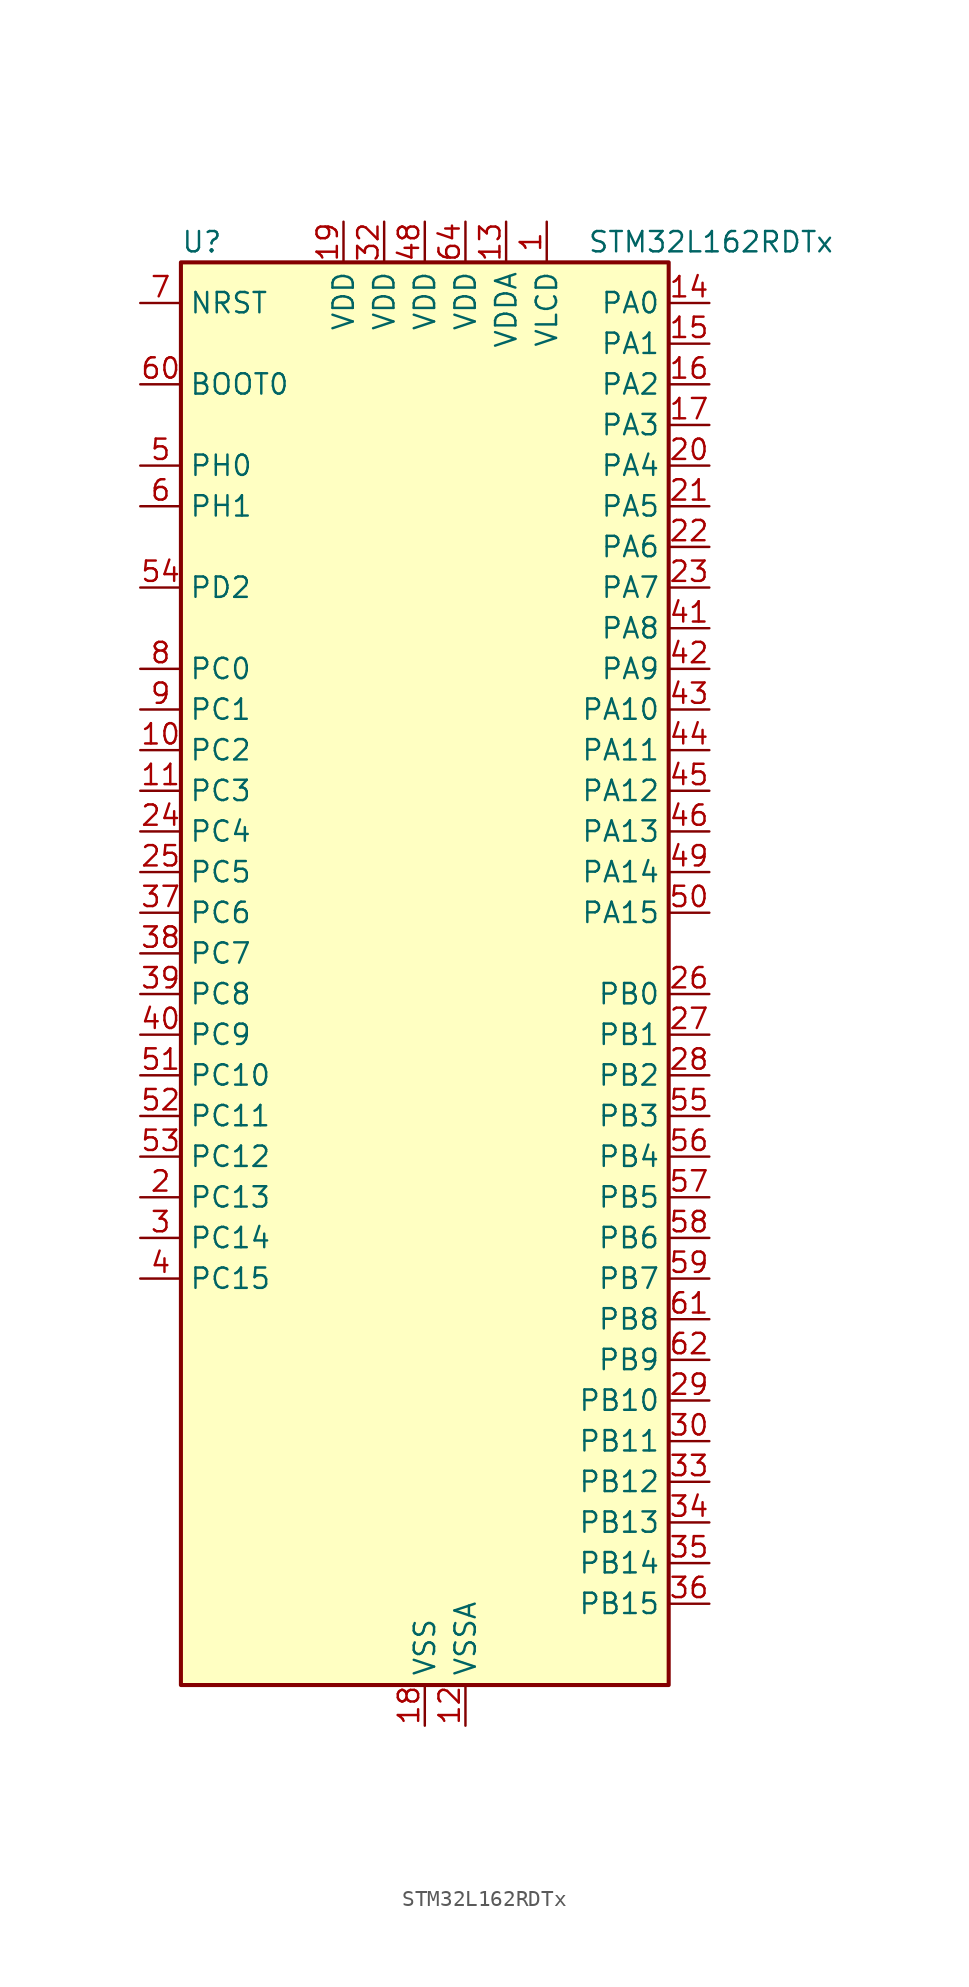
<source format=kicad_sym>
(kicad_symbol_lib
  (version 20231120)
  (generator "kicad_symbol_editor")
  (generator_version "8.0")
  (symbol "STM32L162RDTx"
    (property "Reference" "U"
      (at -15.24 46.99 0)
      (effects (font (size 1.27 1.27)) (justify left)))
    (property "Value" "STM32L162RDTx"
      (at 10.16 46.99 0)
      (effects (font (size 1.27 1.27)) (justify left)))
    (property "ki_locked" ""
      (at 0 0 0)
      (effects (font (size 1.27 1.27))))
    (symbol "STM32L162RDTx_0_1"
      (rectangle (start -15.24 -43.18) (end 15.24 45.72) (stroke (width 0.254) (type default)) (fill (type background))))
    (symbol "STM32L162RDTx_1_1"
      (pin power_in line (at 7.62 48.26 270) (length 2.54) (name "VLCD" (effects (font (size 1.27 1.27)))) (number "1" (effects (font (size 1.27 1.27)))))
      (pin bidirectional line (at -17.78 15.24 0) (length 2.54) (name "PC2" (effects (font (size 1.27 1.27)))) (number "10" (effects (font (size 1.27 1.27)))) (alternate "ADC_IN12" bidirectional line) (alternate "COMP1_INP" bidirectional line) (alternate "LCD_SEG20" bidirectional line) (alternate "OPAMP3_VINM" bidirectional line) (alternate "TIMX_IC3" bidirectional line) (alternate "TS_G8_IO3" bidirectional line))
      (pin bidirectional line (at -17.78 12.7 0) (length 2.54) (name "PC3" (effects (font (size 1.27 1.27)))) (number "11" (effects (font (size 1.27 1.27)))) (alternate "ADC_IN13" bidirectional line) (alternate "COMP1_INP" bidirectional line) (alternate "LCD_SEG21" bidirectional line) (alternate "OPAMP3_VOUT" bidirectional line) (alternate "TIMX_IC4" bidirectional line) (alternate "TS_G8_IO4" bidirectional line))
      (pin power_in line (at 2.54 -45.72 90) (length 2.54) (name "VSSA" (effects (font (size 1.27 1.27)))) (number "12" (effects (font (size 1.27 1.27)))))
      (pin power_in line (at 5.08 48.26 270) (length 2.54) (name "VDDA" (effects (font (size 1.27 1.27)))) (number "13" (effects (font (size 1.27 1.27)))))
      (pin bidirectional line (at 17.78 43.18 180) (length 2.54) (name "PA0" (effects (font (size 1.27 1.27)))) (number "14" (effects (font (size 1.27 1.27)))) (alternate "ADC_IN0" bidirectional line) (alternate "COMP1_INP" bidirectional line) (alternate "RTC_TAMP2" bidirectional line) (alternate "SYS_WKUP1" bidirectional line) (alternate "TIM2_CH1" bidirectional line) (alternate "TIM2_ETR" bidirectional line) (alternate "TIM5_CH1" bidirectional line) (alternate "TIMX_IC1" bidirectional line) (alternate "TS_G1_IO1" bidirectional line) (alternate "USART2_CTS" bidirectional line))
      (pin bidirectional line (at 17.78 40.64 180) (length 2.54) (name "PA1" (effects (font (size 1.27 1.27)))) (number "15" (effects (font (size 1.27 1.27)))) (alternate "ADC_IN1" bidirectional line) (alternate "COMP1_INP" bidirectional line) (alternate "LCD_SEG0" bidirectional line) (alternate "OPAMP1_VINP" bidirectional line) (alternate "TIM2_CH2" bidirectional line) (alternate "TIM5_CH2" bidirectional line) (alternate "TIMX_IC2" bidirectional line) (alternate "TS_G1_IO2" bidirectional line) (alternate "USART2_RTS" bidirectional line))
      (pin bidirectional line (at 17.78 38.1 180) (length 2.54) (name "PA2" (effects (font (size 1.27 1.27)))) (number "16" (effects (font (size 1.27 1.27)))) (alternate "ADC_IN2" bidirectional line) (alternate "COMP1_INP" bidirectional line) (alternate "LCD_SEG1" bidirectional line) (alternate "OPAMP1_VINM" bidirectional line) (alternate "TIM2_CH3" bidirectional line) (alternate "TIM5_CH3" bidirectional line) (alternate "TIM9_CH1" bidirectional line) (alternate "TIMX_IC3" bidirectional line) (alternate "TS_G1_IO3" bidirectional line) (alternate "USART2_TX" bidirectional line))
      (pin bidirectional line (at 17.78 35.56 180) (length 2.54) (name "PA3" (effects (font (size 1.27 1.27)))) (number "17" (effects (font (size 1.27 1.27)))) (alternate "ADC_IN3" bidirectional line) (alternate "COMP1_INP" bidirectional line) (alternate "LCD_SEG2" bidirectional line) (alternate "OPAMP1_VOUT" bidirectional line) (alternate "TIM2_CH4" bidirectional line) (alternate "TIM5_CH4" bidirectional line) (alternate "TIM9_CH2" bidirectional line) (alternate "TIMX_IC4" bidirectional line) (alternate "TS_G1_IO4" bidirectional line) (alternate "USART2_RX" bidirectional line))
      (pin power_in line (at 0 -45.72 90) (length 2.54) (name "VSS" (effects (font (size 1.27 1.27)))) (number "18" (effects (font (size 1.27 1.27)))))
      (pin power_in line (at -5.08 48.26 270) (length 2.54) (name "VDD" (effects (font (size 1.27 1.27)))) (number "19" (effects (font (size 1.27 1.27)))))
      (pin bidirectional line (at -17.78 -12.7 0) (length 2.54) (name "PC13" (effects (font (size 1.27 1.27)))) (number "2" (effects (font (size 1.27 1.27)))) (alternate "RTC_OUT_ALARM" bidirectional line) (alternate "RTC_OUT_CALIB" bidirectional line) (alternate "RTC_TAMP1" bidirectional line) (alternate "RTC_TS" bidirectional line) (alternate "SYS_WKUP2" bidirectional line) (alternate "TIMX_IC2" bidirectional line))
      (pin bidirectional line (at 17.78 33.02 180) (length 2.54) (name "PA4" (effects (font (size 1.27 1.27)))) (number "20" (effects (font (size 1.27 1.27)))) (alternate "ADC_IN4" bidirectional line) (alternate "COMP1_INP" bidirectional line) (alternate "DAC_OUT1" bidirectional line) (alternate "I2S3_WS" bidirectional line) (alternate "SPI1_NSS" bidirectional line) (alternate "SPI3_NSS" bidirectional line) (alternate "TIMX_IC1" bidirectional line) (alternate "USART2_CK" bidirectional line))
      (pin bidirectional line (at 17.78 30.48 180) (length 2.54) (name "PA5" (effects (font (size 1.27 1.27)))) (number "21" (effects (font (size 1.27 1.27)))) (alternate "ADC_IN5" bidirectional line) (alternate "COMP1_INP" bidirectional line) (alternate "DAC_OUT2" bidirectional line) (alternate "SPI1_SCK" bidirectional line) (alternate "TIM2_CH1" bidirectional line) (alternate "TIM2_ETR" bidirectional line) (alternate "TIMX_IC2" bidirectional line))
      (pin bidirectional line (at 17.78 27.94 180) (length 2.54) (name "PA6" (effects (font (size 1.27 1.27)))) (number "22" (effects (font (size 1.27 1.27)))) (alternate "ADC_IN6" bidirectional line) (alternate "COMP1_INP" bidirectional line) (alternate "LCD_SEG3" bidirectional line) (alternate "OPAMP2_VINP" bidirectional line) (alternate "SPI1_MISO" bidirectional line) (alternate "TIM10_CH1" bidirectional line) (alternate "TIM3_CH1" bidirectional line) (alternate "TIMX_IC3" bidirectional line) (alternate "TS_G2_IO1" bidirectional line))
      (pin bidirectional line (at 17.78 25.4 180) (length 2.54) (name "PA7" (effects (font (size 1.27 1.27)))) (number "23" (effects (font (size 1.27 1.27)))) (alternate "ADC_IN7" bidirectional line) (alternate "COMP1_INP" bidirectional line) (alternate "LCD_SEG4" bidirectional line) (alternate "OPAMP2_VINM" bidirectional line) (alternate "SPI1_MOSI" bidirectional line) (alternate "TIM11_CH1" bidirectional line) (alternate "TIM3_CH2" bidirectional line) (alternate "TIMX_IC4" bidirectional line) (alternate "TS_G2_IO2" bidirectional line))
      (pin bidirectional line (at -17.78 10.16 0) (length 2.54) (name "PC4" (effects (font (size 1.27 1.27)))) (number "24" (effects (font (size 1.27 1.27)))) (alternate "ADC_IN14" bidirectional line) (alternate "COMP1_INP" bidirectional line) (alternate "LCD_SEG22" bidirectional line) (alternate "TIMX_IC1" bidirectional line) (alternate "TS_G9_IO1" bidirectional line))
      (pin bidirectional line (at -17.78 7.62 0) (length 2.54) (name "PC5" (effects (font (size 1.27 1.27)))) (number "25" (effects (font (size 1.27 1.27)))) (alternate "ADC_IN15" bidirectional line) (alternate "COMP1_INP" bidirectional line) (alternate "LCD_SEG23" bidirectional line) (alternate "TIMX_IC2" bidirectional line) (alternate "TS_G9_IO2" bidirectional line))
      (pin bidirectional line (at 17.78 0 180) (length 2.54) (name "PB0" (effects (font (size 1.27 1.27)))) (number "26" (effects (font (size 1.27 1.27)))) (alternate "ADC_IN8" bidirectional line) (alternate "COMP1_INP" bidirectional line) (alternate "LCD_SEG5" bidirectional line) (alternate "OPAMP2_VOUT" bidirectional line) (alternate "SYS_V_REF_OUT" bidirectional line) (alternate "TIM3_CH3" bidirectional line) (alternate "TS_G3_IO1" bidirectional line))
      (pin bidirectional line (at 17.78 -2.54 180) (length 2.54) (name "PB1" (effects (font (size 1.27 1.27)))) (number "27" (effects (font (size 1.27 1.27)))) (alternate "ADC_IN9" bidirectional line) (alternate "COMP1_INP" bidirectional line) (alternate "LCD_SEG6" bidirectional line) (alternate "SYS_V_REF_OUT" bidirectional line) (alternate "TIM3_CH4" bidirectional line) (alternate "TS_G3_IO2" bidirectional line))
      (pin bidirectional line (at 17.78 -5.08 180) (length 2.54) (name "PB2" (effects (font (size 1.27 1.27)))) (number "28" (effects (font (size 1.27 1.27)))) (alternate "TS_G3_IO3" bidirectional line))
      (pin bidirectional line (at 17.78 -25.4 180) (length 2.54) (name "PB10" (effects (font (size 1.27 1.27)))) (number "29" (effects (font (size 1.27 1.27)))) (alternate "I2C2_SCL" bidirectional line) (alternate "LCD_SEG10" bidirectional line) (alternate "TIM2_CH3" bidirectional line) (alternate "USART3_TX" bidirectional line))
      (pin bidirectional line (at -17.78 -15.24 0) (length 2.54) (name "PC14" (effects (font (size 1.27 1.27)))) (number "3" (effects (font (size 1.27 1.27)))) (alternate "RCC_OSC32_IN" bidirectional line) (alternate "TIMX_IC3" bidirectional line))
      (pin bidirectional line (at 17.78 -27.94 180) (length 2.54) (name "PB11" (effects (font (size 1.27 1.27)))) (number "30" (effects (font (size 1.27 1.27)))) (alternate "ADC_EXTI11" bidirectional line) (alternate "I2C2_SDA" bidirectional line) (alternate "LCD_SEG11" bidirectional line) (alternate "TIM2_CH4" bidirectional line) (alternate "USART3_RX" bidirectional line))
      (pin passive line (at 0 -45.72 90) (length 2.54) hide (name "VSS" (effects (font (size 1.27 1.27)))) (number "31" (effects (font (size 1.27 1.27)))))
      (pin power_in line (at -2.54 48.26 270) (length 2.54) (name "VDD" (effects (font (size 1.27 1.27)))) (number "32" (effects (font (size 1.27 1.27)))))
      (pin bidirectional line (at 17.78 -30.48 180) (length 2.54) (name "PB12" (effects (font (size 1.27 1.27)))) (number "33" (effects (font (size 1.27 1.27)))) (alternate "ADC_IN18" bidirectional line) (alternate "COMP1_INP" bidirectional line) (alternate "I2C2_SMBA" bidirectional line) (alternate "I2S2_WS" bidirectional line) (alternate "LCD_SEG12" bidirectional line) (alternate "SPI2_NSS" bidirectional line) (alternate "TIM10_CH1" bidirectional line) (alternate "TS_G7_IO1" bidirectional line) (alternate "USART3_CK" bidirectional line))
      (pin bidirectional line (at 17.78 -33.02 180) (length 2.54) (name "PB13" (effects (font (size 1.27 1.27)))) (number "34" (effects (font (size 1.27 1.27)))) (alternate "ADC_IN19" bidirectional line) (alternate "COMP1_INP" bidirectional line) (alternate "I2S2_CK" bidirectional line) (alternate "LCD_SEG13" bidirectional line) (alternate "SPI2_SCK" bidirectional line) (alternate "TIM9_CH1" bidirectional line) (alternate "TS_G7_IO2" bidirectional line) (alternate "USART3_CTS" bidirectional line))
      (pin bidirectional line (at 17.78 -35.56 180) (length 2.54) (name "PB14" (effects (font (size 1.27 1.27)))) (number "35" (effects (font (size 1.27 1.27)))) (alternate "ADC_IN20" bidirectional line) (alternate "COMP1_INP" bidirectional line) (alternate "LCD_SEG14" bidirectional line) (alternate "SPI2_MISO" bidirectional line) (alternate "TIM9_CH2" bidirectional line) (alternate "TS_G7_IO3" bidirectional line) (alternate "USART3_RTS" bidirectional line))
      (pin bidirectional line (at 17.78 -38.1 180) (length 2.54) (name "PB15" (effects (font (size 1.27 1.27)))) (number "36" (effects (font (size 1.27 1.27)))) (alternate "ADC_EXTI15" bidirectional line) (alternate "ADC_IN21" bidirectional line) (alternate "COMP1_INP" bidirectional line) (alternate "I2S2_SD" bidirectional line) (alternate "LCD_SEG15" bidirectional line) (alternate "RTC_REFIN" bidirectional line) (alternate "SPI2_MOSI" bidirectional line) (alternate "TIM11_CH1" bidirectional line) (alternate "TS_G7_IO4" bidirectional line))
      (pin bidirectional line (at -17.78 5.08 0) (length 2.54) (name "PC6" (effects (font (size 1.27 1.27)))) (number "37" (effects (font (size 1.27 1.27)))) (alternate "I2S2_MCK" bidirectional line) (alternate "LCD_SEG24" bidirectional line) (alternate "SDIO_D6" bidirectional line) (alternate "TIM3_CH1" bidirectional line) (alternate "TIMX_IC3" bidirectional line) (alternate "TS_G10_IO1" bidirectional line))
      (pin bidirectional line (at -17.78 2.54 0) (length 2.54) (name "PC7" (effects (font (size 1.27 1.27)))) (number "38" (effects (font (size 1.27 1.27)))) (alternate "I2S3_MCK" bidirectional line) (alternate "LCD_SEG25" bidirectional line) (alternate "SDIO_D7" bidirectional line) (alternate "TIM3_CH2" bidirectional line) (alternate "TIMX_IC4" bidirectional line) (alternate "TS_G10_IO2" bidirectional line))
      (pin bidirectional line (at -17.78 0 0) (length 2.54) (name "PC8" (effects (font (size 1.27 1.27)))) (number "39" (effects (font (size 1.27 1.27)))) (alternate "LCD_SEG26" bidirectional line) (alternate "SDIO_D0" bidirectional line) (alternate "TIM3_CH3" bidirectional line) (alternate "TIMX_IC1" bidirectional line) (alternate "TS_G10_IO3" bidirectional line))
      (pin bidirectional line (at -17.78 -17.78 0) (length 2.54) (name "PC15" (effects (font (size 1.27 1.27)))) (number "4" (effects (font (size 1.27 1.27)))) (alternate "ADC_EXTI15" bidirectional line) (alternate "RCC_OSC32_OUT" bidirectional line) (alternate "TIMX_IC4" bidirectional line))
      (pin bidirectional line (at -17.78 -2.54 0) (length 2.54) (name "PC9" (effects (font (size 1.27 1.27)))) (number "40" (effects (font (size 1.27 1.27)))) (alternate "DAC_EXTI9" bidirectional line) (alternate "LCD_SEG27" bidirectional line) (alternate "SDIO_D1" bidirectional line) (alternate "TIM3_CH4" bidirectional line) (alternate "TIMX_IC2" bidirectional line) (alternate "TS_G10_IO4" bidirectional line))
      (pin bidirectional line (at 17.78 22.86 180) (length 2.54) (name "PA8" (effects (font (size 1.27 1.27)))) (number "41" (effects (font (size 1.27 1.27)))) (alternate "LCD_COM0" bidirectional line) (alternate "RCC_MCO" bidirectional line) (alternate "TIMX_IC1" bidirectional line) (alternate "TS_G4_IO1" bidirectional line) (alternate "USART1_CK" bidirectional line))
      (pin bidirectional line (at 17.78 20.32 180) (length 2.54) (name "PA9" (effects (font (size 1.27 1.27)))) (number "42" (effects (font (size 1.27 1.27)))) (alternate "DAC_EXTI9" bidirectional line) (alternate "LCD_COM1" bidirectional line) (alternate "TIMX_IC2" bidirectional line) (alternate "TS_G4_IO2" bidirectional line) (alternate "USART1_TX" bidirectional line))
      (pin bidirectional line (at 17.78 17.78 180) (length 2.54) (name "PA10" (effects (font (size 1.27 1.27)))) (number "43" (effects (font (size 1.27 1.27)))) (alternate "LCD_COM2" bidirectional line) (alternate "TIMX_IC3" bidirectional line) (alternate "TS_G4_IO3" bidirectional line) (alternate "USART1_RX" bidirectional line))
      (pin bidirectional line (at 17.78 15.24 180) (length 2.54) (name "PA11" (effects (font (size 1.27 1.27)))) (number "44" (effects (font (size 1.27 1.27)))) (alternate "ADC_EXTI11" bidirectional line) (alternate "SPI1_MISO" bidirectional line) (alternate "TIMX_IC4" bidirectional line) (alternate "USART1_CTS" bidirectional line) (alternate "USB_DM" bidirectional line))
      (pin bidirectional line (at 17.78 12.7 180) (length 2.54) (name "PA12" (effects (font (size 1.27 1.27)))) (number "45" (effects (font (size 1.27 1.27)))) (alternate "SPI1_MOSI" bidirectional line) (alternate "TIMX_IC1" bidirectional line) (alternate "USART1_RTS" bidirectional line) (alternate "USB_DP" bidirectional line))
      (pin bidirectional line (at 17.78 10.16 180) (length 2.54) (name "PA13" (effects (font (size 1.27 1.27)))) (number "46" (effects (font (size 1.27 1.27)))) (alternate "SYS_JTMS-SWDIO" bidirectional line) (alternate "TIMX_IC2" bidirectional line) (alternate "TS_G5_IO1" bidirectional line))
      (pin passive line (at 0 -45.72 90) (length 2.54) hide (name "VSS" (effects (font (size 1.27 1.27)))) (number "47" (effects (font (size 1.27 1.27)))))
      (pin power_in line (at 0 48.26 270) (length 2.54) (name "VDD" (effects (font (size 1.27 1.27)))) (number "48" (effects (font (size 1.27 1.27)))))
      (pin bidirectional line (at 17.78 7.62 180) (length 2.54) (name "PA14" (effects (font (size 1.27 1.27)))) (number "49" (effects (font (size 1.27 1.27)))) (alternate "SYS_JTCK-SWCLK" bidirectional line) (alternate "TIMX_IC3" bidirectional line) (alternate "TS_G5_IO2" bidirectional line))
      (pin bidirectional line (at -17.78 33.02 0) (length 2.54) (name "PH0" (effects (font (size 1.27 1.27)))) (number "5" (effects (font (size 1.27 1.27)))) (alternate "RCC_OSC_IN" bidirectional line))
      (pin bidirectional line (at 17.78 5.08 180) (length 2.54) (name "PA15" (effects (font (size 1.27 1.27)))) (number "50" (effects (font (size 1.27 1.27)))) (alternate "ADC_EXTI15" bidirectional line) (alternate "I2S3_WS" bidirectional line) (alternate "LCD_SEG17" bidirectional line) (alternate "SPI1_NSS" bidirectional line) (alternate "SPI3_NSS" bidirectional line) (alternate "SYS_JTDI" bidirectional line) (alternate "TIM2_CH1" bidirectional line) (alternate "TIM2_ETR" bidirectional line) (alternate "TIMX_IC4" bidirectional line) (alternate "TS_G5_IO3" bidirectional line))
      (pin bidirectional line (at -17.78 -5.08 0) (length 2.54) (name "PC10" (effects (font (size 1.27 1.27)))) (number "51" (effects (font (size 1.27 1.27)))) (alternate "I2S3_CK" bidirectional line) (alternate "LCD_COM4" bidirectional line) (alternate "LCD_SEG28" bidirectional line) (alternate "LCD_SEG40" bidirectional line) (alternate "SDIO_D2" bidirectional line) (alternate "SPI3_SCK" bidirectional line) (alternate "TIMX_IC3" bidirectional line) (alternate "UART4_TX" bidirectional line) (alternate "USART3_TX" bidirectional line))
      (pin bidirectional line (at -17.78 -7.62 0) (length 2.54) (name "PC11" (effects (font (size 1.27 1.27)))) (number "52" (effects (font (size 1.27 1.27)))) (alternate "ADC_EXTI11" bidirectional line) (alternate "LCD_COM5" bidirectional line) (alternate "LCD_SEG29" bidirectional line) (alternate "LCD_SEG41" bidirectional line) (alternate "SDIO_D3" bidirectional line) (alternate "SPI3_MISO" bidirectional line) (alternate "TIMX_IC4" bidirectional line) (alternate "UART4_RX" bidirectional line) (alternate "USART3_RX" bidirectional line))
      (pin bidirectional line (at -17.78 -10.16 0) (length 2.54) (name "PC12" (effects (font (size 1.27 1.27)))) (number "53" (effects (font (size 1.27 1.27)))) (alternate "I2S3_SD" bidirectional line) (alternate "LCD_COM6" bidirectional line) (alternate "LCD_SEG30" bidirectional line) (alternate "LCD_SEG42" bidirectional line) (alternate "SDIO_CK" bidirectional line) (alternate "SPI3_MOSI" bidirectional line) (alternate "TIMX_IC1" bidirectional line) (alternate "UART5_TX" bidirectional line) (alternate "USART3_CK" bidirectional line))
      (pin bidirectional line (at -17.78 25.4 0) (length 2.54) (name "PD2" (effects (font (size 1.27 1.27)))) (number "54" (effects (font (size 1.27 1.27)))) (alternate "LCD_COM7" bidirectional line) (alternate "LCD_SEG31" bidirectional line) (alternate "LCD_SEG43" bidirectional line) (alternate "SDIO_CMD" bidirectional line) (alternate "TIM3_ETR" bidirectional line) (alternate "TIMX_IC3" bidirectional line) (alternate "UART5_RX" bidirectional line))
      (pin bidirectional line (at 17.78 -7.62 180) (length 2.54) (name "PB3" (effects (font (size 1.27 1.27)))) (number "55" (effects (font (size 1.27 1.27)))) (alternate "COMP2_INM" bidirectional line) (alternate "I2S3_CK" bidirectional line) (alternate "LCD_SEG7" bidirectional line) (alternate "SPI1_SCK" bidirectional line) (alternate "SPI3_SCK" bidirectional line) (alternate "SYS_JTDO-TRACESWO" bidirectional line) (alternate "TIM2_CH2" bidirectional line))
      (pin bidirectional line (at 17.78 -10.16 180) (length 2.54) (name "PB4" (effects (font (size 1.27 1.27)))) (number "56" (effects (font (size 1.27 1.27)))) (alternate "COMP2_INP" bidirectional line) (alternate "LCD_SEG8" bidirectional line) (alternate "SPI1_MISO" bidirectional line) (alternate "SPI3_MISO" bidirectional line) (alternate "SYS_JTRST" bidirectional line) (alternate "TIM3_CH1" bidirectional line) (alternate "TS_G6_IO1" bidirectional line))
      (pin bidirectional line (at 17.78 -12.7 180) (length 2.54) (name "PB5" (effects (font (size 1.27 1.27)))) (number "57" (effects (font (size 1.27 1.27)))) (alternate "COMP2_INP" bidirectional line) (alternate "I2C1_SMBA" bidirectional line) (alternate "I2S3_SD" bidirectional line) (alternate "LCD_SEG9" bidirectional line) (alternate "SPI1_MOSI" bidirectional line) (alternate "SPI3_MOSI" bidirectional line) (alternate "TIM3_CH2" bidirectional line) (alternate "TS_G6_IO2" bidirectional line))
      (pin bidirectional line (at 17.78 -15.24 180) (length 2.54) (name "PB6" (effects (font (size 1.27 1.27)))) (number "58" (effects (font (size 1.27 1.27)))) (alternate "COMP2_INP" bidirectional line) (alternate "I2C1_SCL" bidirectional line) (alternate "TIM4_CH1" bidirectional line) (alternate "TS_G6_IO3" bidirectional line) (alternate "USART1_TX" bidirectional line))
      (pin bidirectional line (at 17.78 -17.78 180) (length 2.54) (name "PB7" (effects (font (size 1.27 1.27)))) (number "59" (effects (font (size 1.27 1.27)))) (alternate "COMP2_INP" bidirectional line) (alternate "I2C1_SDA" bidirectional line) (alternate "SYS_PVD_IN" bidirectional line) (alternate "TIM4_CH2" bidirectional line) (alternate "TS_G6_IO4" bidirectional line) (alternate "USART1_RX" bidirectional line))
      (pin bidirectional line (at -17.78 30.48 0) (length 2.54) (name "PH1" (effects (font (size 1.27 1.27)))) (number "6" (effects (font (size 1.27 1.27)))) (alternate "RCC_OSC_OUT" bidirectional line))
      (pin input line (at -17.78 38.1 0) (length 2.54) (name "BOOT0" (effects (font (size 1.27 1.27)))) (number "60" (effects (font (size 1.27 1.27)))))
      (pin bidirectional line (at 17.78 -20.32 180) (length 2.54) (name "PB8" (effects (font (size 1.27 1.27)))) (number "61" (effects (font (size 1.27 1.27)))) (alternate "I2C1_SCL" bidirectional line) (alternate "LCD_SEG16" bidirectional line) (alternate "SDIO_D4" bidirectional line) (alternate "TIM10_CH1" bidirectional line) (alternate "TIM4_CH3" bidirectional line))
      (pin bidirectional line (at 17.78 -22.86 180) (length 2.54) (name "PB9" (effects (font (size 1.27 1.27)))) (number "62" (effects (font (size 1.27 1.27)))) (alternate "DAC_EXTI9" bidirectional line) (alternate "I2C1_SDA" bidirectional line) (alternate "LCD_COM3" bidirectional line) (alternate "SDIO_D5" bidirectional line) (alternate "TIM11_CH1" bidirectional line) (alternate "TIM4_CH4" bidirectional line))
      (pin passive line (at 0 -45.72 90) (length 2.54) hide (name "VSS" (effects (font (size 1.27 1.27)))) (number "63" (effects (font (size 1.27 1.27)))))
      (pin power_in line (at 2.54 48.26 270) (length 2.54) (name "VDD" (effects (font (size 1.27 1.27)))) (number "64" (effects (font (size 1.27 1.27)))))
      (pin input line (at -17.78 43.18 0) (length 2.54) (name "NRST" (effects (font (size 1.27 1.27)))) (number "7" (effects (font (size 1.27 1.27)))))
      (pin bidirectional line (at -17.78 20.32 0) (length 2.54) (name "PC0" (effects (font (size 1.27 1.27)))) (number "8" (effects (font (size 1.27 1.27)))) (alternate "ADC_IN10" bidirectional line) (alternate "COMP1_INP" bidirectional line) (alternate "LCD_SEG18" bidirectional line) (alternate "TIMX_IC1" bidirectional line) (alternate "TS_G8_IO1" bidirectional line))
      (pin bidirectional line (at -17.78 17.78 0) (length 2.54) (name "PC1" (effects (font (size 1.27 1.27)))) (number "9" (effects (font (size 1.27 1.27)))) (alternate "ADC_IN11" bidirectional line) (alternate "COMP1_INP" bidirectional line) (alternate "LCD_SEG19" bidirectional line) (alternate "OPAMP3_VINP" bidirectional line) (alternate "TIMX_IC2" bidirectional line) (alternate "TS_G8_IO2" bidirectional line)))))
</source>
